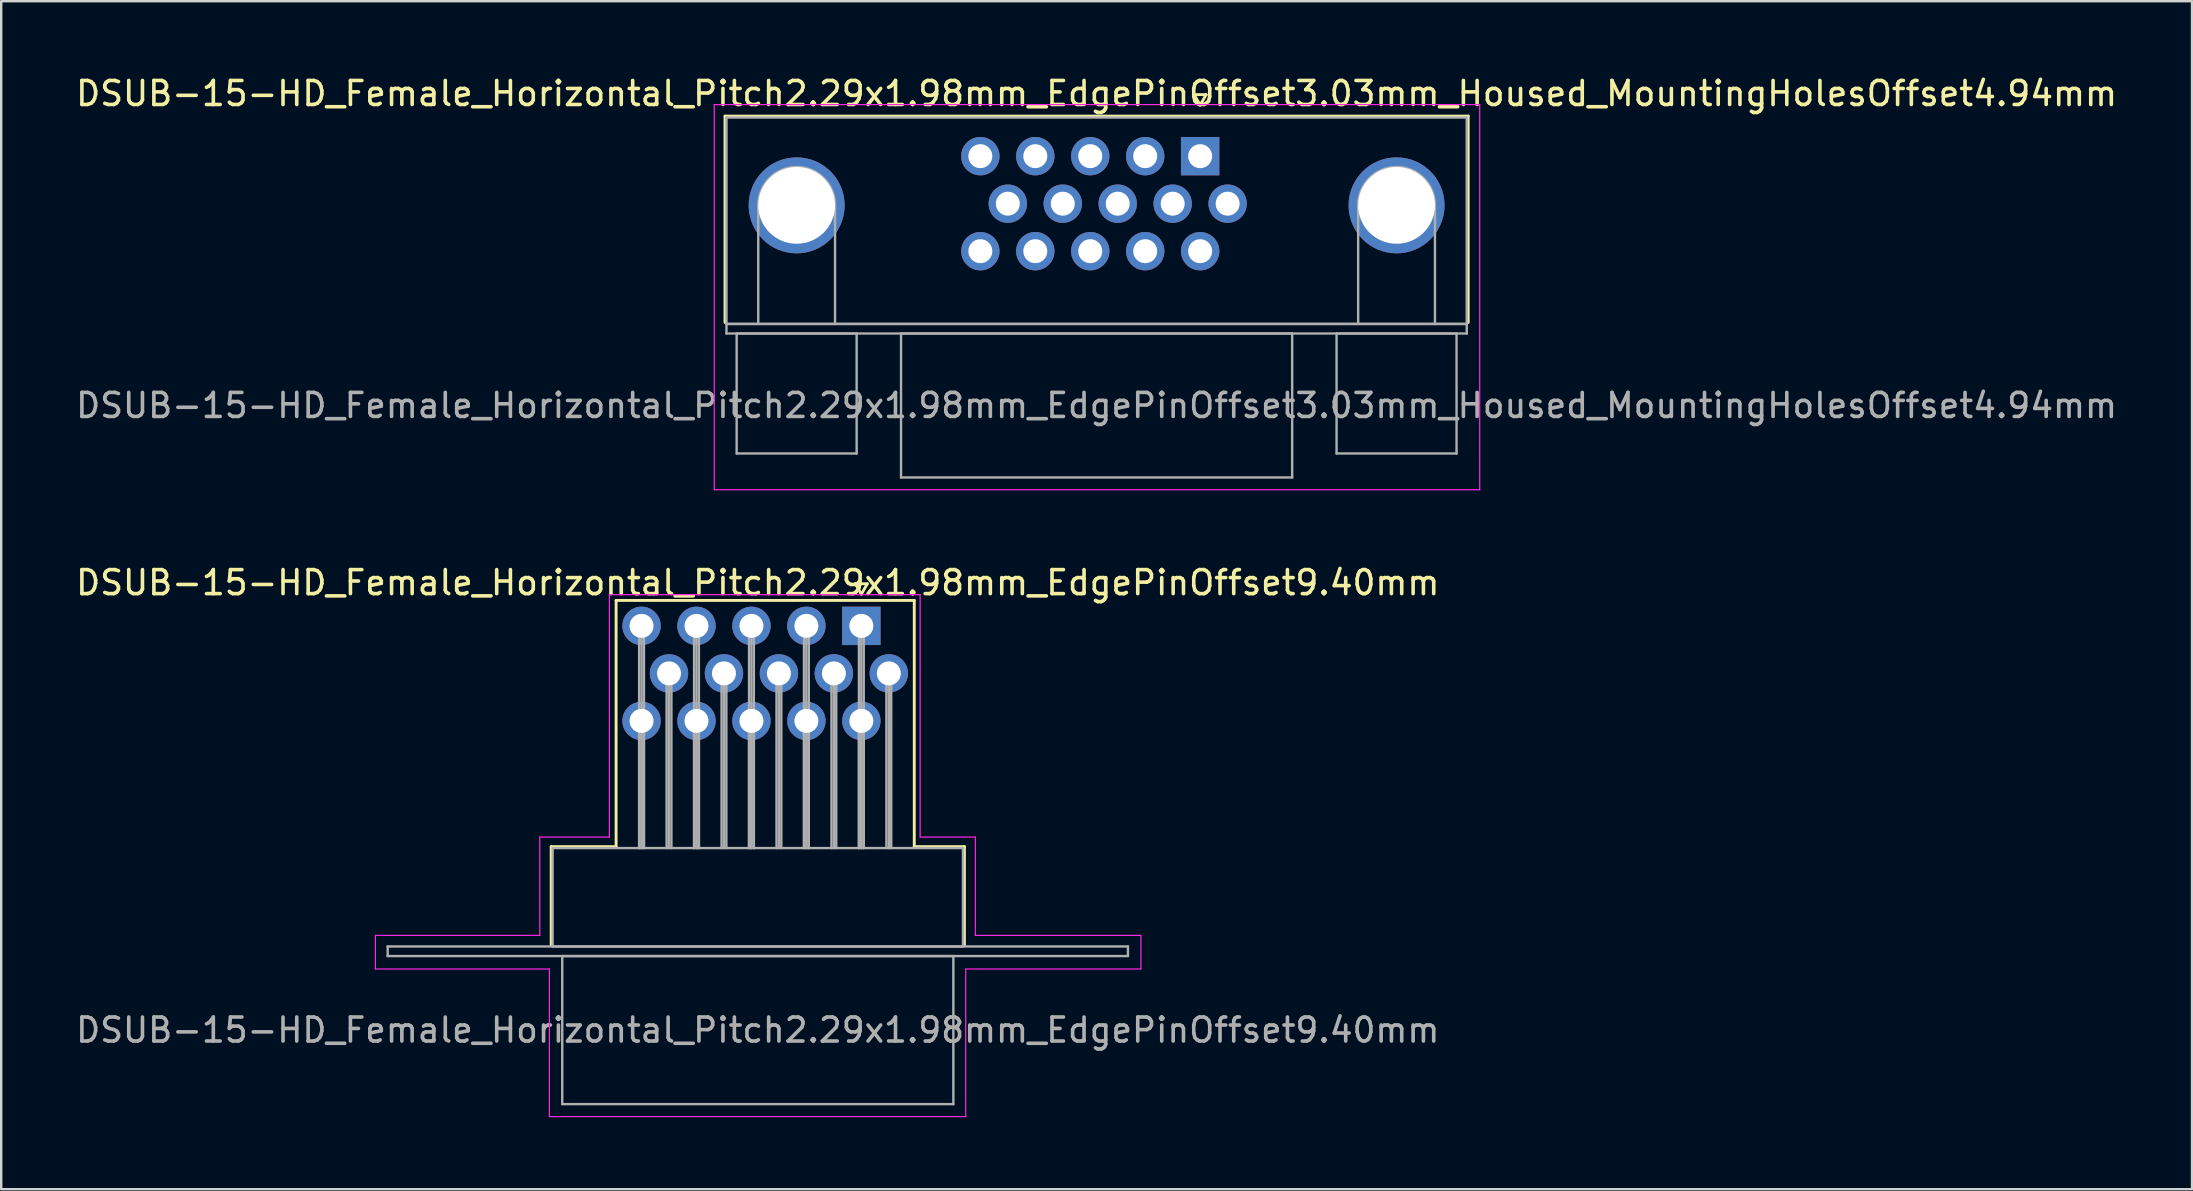
<source format=kicad_pcb>
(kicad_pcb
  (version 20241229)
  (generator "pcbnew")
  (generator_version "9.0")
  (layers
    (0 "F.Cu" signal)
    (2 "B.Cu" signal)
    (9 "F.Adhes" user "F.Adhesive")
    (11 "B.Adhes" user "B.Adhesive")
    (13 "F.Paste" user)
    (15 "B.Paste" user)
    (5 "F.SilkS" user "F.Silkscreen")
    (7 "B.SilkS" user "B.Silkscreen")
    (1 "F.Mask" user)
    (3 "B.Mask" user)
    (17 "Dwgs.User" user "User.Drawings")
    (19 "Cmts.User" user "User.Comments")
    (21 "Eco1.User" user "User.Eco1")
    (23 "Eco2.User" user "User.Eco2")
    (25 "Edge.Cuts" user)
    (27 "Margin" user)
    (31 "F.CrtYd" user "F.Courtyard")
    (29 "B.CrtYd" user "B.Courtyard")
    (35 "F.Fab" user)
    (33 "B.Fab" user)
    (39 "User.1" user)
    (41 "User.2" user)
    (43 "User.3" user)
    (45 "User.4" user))
  (footprint "DSUB-15-HD_Female_Horizontal_Pitch2.29x1.98mm_EdgePinOffset9.40mm"
    (layer "F.Cu")
    (at 32.845 23.032)
    (property "Reference" "DSUB-15-HD_Female_Horizontal_Pitch2.29x1.98mm_EdgePinOffset9.40mm" (at -4.315 -1.8 0) (layer "F.SilkS") (effects (font (size 1 1) (thickness 0.15))))
    (attr through_hole)
    (fp_line (start -12.925 9.2) (end -10.22 9.2) (stroke (width 0.12) (type solid)) (layer "F.SilkS"))
    (fp_line (start -12.925 13.3) (end -12.925 9.2) (stroke (width 0.12) (type solid)) (layer "F.SilkS"))
    (fp_line (start -10.22 -1.06) (end 2.205 -1.06) (stroke (width 0.12) (type solid)) (layer "F.SilkS"))
    (fp_line (start -10.22 9.2) (end -10.22 -1.06) (stroke (width 0.12) (type solid)) (layer "F.SilkS"))
    (fp_line (start -0.25 -1.754) (end 0.25 -1.754) (stroke (width 0.12) (type solid)) (layer "F.SilkS"))
    (fp_line (start 0 -1.321) (end -0.25 -1.754) (stroke (width 0.12) (type solid)) (layer "F.SilkS"))
    (fp_line (start 0.25 -1.754) (end 0 -1.321) (stroke (width 0.12) (type solid)) (layer "F.SilkS"))
    (fp_line (start 2.205 -1.06) (end 2.205 9.2) (stroke (width 0.12) (type solid)) (layer "F.SilkS"))
    (fp_line (start 2.205 9.2) (end 4.295 9.2) (stroke (width 0.12) (type solid)) (layer "F.SilkS"))
    (fp_line (start 4.295 9.2) (end 4.295 13.3) (stroke (width 0.12) (type solid)) (layer "F.SilkS"))
    (fp_line (start -20.25 12.9) (end -13.4 12.9) (stroke (width 0.05) (type solid)) (layer "F.CrtYd"))
    (fp_line (start -20.25 14.3) (end -20.25 12.9) (stroke (width 0.05) (type solid)) (layer "F.CrtYd"))
    (fp_line (start -13.4 8.8) (end -10.5 8.8) (stroke (width 0.05) (type solid)) (layer "F.CrtYd"))
    (fp_line (start -13.4 12.9) (end -13.4 8.8) (stroke (width 0.05) (type solid)) (layer "F.CrtYd"))
    (fp_line (start -13 14.3) (end -20.25 14.3) (stroke (width 0.05) (type solid)) (layer "F.CrtYd"))
    (fp_line (start -13 20.45) (end -13 14.3) (stroke (width 0.05) (type solid)) (layer "F.CrtYd"))
    (fp_line (start -10.5 -1.3) (end 2.45 -1.3) (stroke (width 0.05) (type solid)) (layer "F.CrtYd"))
    (fp_line (start -10.5 8.8) (end -10.5 -1.3) (stroke (width 0.05) (type solid)) (layer "F.CrtYd"))
    (fp_line (start 2.45 -1.3) (end 2.45 8.8) (stroke (width 0.05) (type solid)) (layer "F.CrtYd"))
    (fp_line (start 2.45 8.8) (end 4.75 8.8) (stroke (width 0.05) (type solid)) (layer "F.CrtYd"))
    (fp_line (start 4.35 14.3) (end 4.35 20.45) (stroke (width 0.05) (type solid)) (layer "F.CrtYd"))
    (fp_line (start 4.35 20.45) (end -13 20.45) (stroke (width 0.05) (type solid)) (layer "F.CrtYd"))
    (fp_line (start 4.75 8.8) (end 4.75 12.9) (stroke (width 0.05) (type solid)) (layer "F.CrtYd"))
    (fp_line (start 4.75 12.9) (end 11.65 12.9) (stroke (width 0.05) (type solid)) (layer "F.CrtYd"))
    (fp_line (start 11.65 12.9) (end 11.65 14.3) (stroke (width 0.05) (type solid)) (layer "F.CrtYd"))
    (fp_line (start 11.65 14.3) (end 4.35 14.3) (stroke (width 0.05) (type solid)) (layer "F.CrtYd"))
    (fp_line (start -19.74 13.36) (end -19.74 13.76) (stroke (width 0.1) (type solid)) (layer "F.Fab"))
    (fp_line (start -19.74 13.76) (end 11.11 13.76) (stroke (width 0.1) (type solid)) (layer "F.Fab"))
    (fp_line (start -12.865 9.26) (end -12.865 13.36) (stroke (width 0.1) (type solid)) (layer "F.Fab"))
    (fp_line (start -12.865 13.36) (end 4.235 13.36) (stroke (width 0.1) (type solid)) (layer "F.Fab"))
    (fp_line (start -12.465 13.76) (end -12.465 19.93) (stroke (width 0.1) (type solid)) (layer "F.Fab"))
    (fp_line (start -12.465 19.93) (end 3.835 19.93) (stroke (width 0.1) (type solid)) (layer "F.Fab"))
    (fp_line (start -9.26 0) (end -9.26 9.26) (stroke (width 0.1) (type solid)) (layer "F.Fab"))
    (fp_line (start -9.26 3.96) (end -9.26 9.26) (stroke (width 0.1) (type solid)) (layer "F.Fab"))
    (fp_line (start -9.16 0) (end -9.16 9.26) (stroke (width 0.1) (type solid)) (layer "F.Fab"))
    (fp_line (start -9.16 3.96) (end -9.16 9.26) (stroke (width 0.1) (type solid)) (layer "F.Fab"))
    (fp_line (start -9.06 0) (end -9.06 9.26) (stroke (width 0.1) (type solid)) (layer "F.Fab"))
    (fp_line (start -9.06 3.96) (end -9.06 9.26) (stroke (width 0.1) (type solid)) (layer "F.Fab"))
    (fp_line (start -8.115 1.98) (end -8.115 9.26) (stroke (width 0.1) (type solid)) (layer "F.Fab"))
    (fp_line (start -8.015 1.98) (end -8.015 9.26) (stroke (width 0.1) (type solid)) (layer "F.Fab"))
    (fp_line (start -7.915 1.98) (end -7.915 9.26) (stroke (width 0.1) (type solid)) (layer "F.Fab"))
    (fp_line (start -6.97 0) (end -6.97 9.26) (stroke (width 0.1) (type solid)) (layer "F.Fab"))
    (fp_line (start -6.97 3.96) (end -6.97 9.26) (stroke (width 0.1) (type solid)) (layer "F.Fab"))
    (fp_line (start -6.87 0) (end -6.87 9.26) (stroke (width 0.1) (type solid)) (layer "F.Fab"))
    (fp_line (start -6.87 3.96) (end -6.87 9.26) (stroke (width 0.1) (type solid)) (layer "F.Fab"))
    (fp_line (start -6.77 0) (end -6.77 9.26) (stroke (width 0.1) (type solid)) (layer "F.Fab"))
    (fp_line (start -6.77 3.96) (end -6.77 9.26) (stroke (width 0.1) (type solid)) (layer "F.Fab"))
    (fp_line (start -5.825 1.98) (end -5.825 9.26) (stroke (width 0.1) (type solid)) (layer "F.Fab"))
    (fp_line (start -5.725 1.98) (end -5.725 9.26) (stroke (width 0.1) (type solid)) (layer "F.Fab"))
    (fp_line (start -5.625 1.98) (end -5.625 9.26) (stroke (width 0.1) (type solid)) (layer "F.Fab"))
    (fp_line (start -4.68 0) (end -4.68 9.26) (stroke (width 0.1) (type solid)) (layer "F.Fab"))
    (fp_line (start -4.68 3.96) (end -4.68 9.26) (stroke (width 0.1) (type solid)) (layer "F.Fab"))
    (fp_line (start -4.58 0) (end -4.58 9.26) (stroke (width 0.1) (type solid)) (layer "F.Fab"))
    (fp_line (start -4.58 3.96) (end -4.58 9.26) (stroke (width 0.1) (type solid)) (layer "F.Fab"))
    (fp_line (start -4.48 0) (end -4.48 9.26) (stroke (width 0.1) (type solid)) (layer "F.Fab"))
    (fp_line (start -4.48 3.96) (end -4.48 9.26) (stroke (width 0.1) (type solid)) (layer "F.Fab"))
    (fp_line (start -3.535 1.98) (end -3.535 9.26) (stroke (width 0.1) (type solid)) (layer "F.Fab"))
    (fp_line (start -3.435 1.98) (end -3.435 9.26) (stroke (width 0.1) (type solid)) (layer "F.Fab"))
    (fp_line (start -3.335 1.98) (end -3.335 9.26) (stroke (width 0.1) (type solid)) (layer "F.Fab"))
    (fp_line (start -2.39 0) (end -2.39 9.26) (stroke (width 0.1) (type solid)) (layer "F.Fab"))
    (fp_line (start -2.39 3.96) (end -2.39 9.26) (stroke (width 0.1) (type solid)) (layer "F.Fab"))
    (fp_line (start -2.29 0) (end -2.29 9.26) (stroke (width 0.1) (type solid)) (layer "F.Fab"))
    (fp_line (start -2.29 3.96) (end -2.29 9.26) (stroke (width 0.1) (type solid)) (layer "F.Fab"))
    (fp_line (start -2.19 0) (end -2.19 9.26) (stroke (width 0.1) (type solid)) (layer "F.Fab"))
    (fp_line (start -2.19 3.96) (end -2.19 9.26) (stroke (width 0.1) (type solid)) (layer "F.Fab"))
    (fp_line (start -1.245 1.98) (end -1.245 9.26) (stroke (width 0.1) (type solid)) (layer "F.Fab"))
    (fp_line (start -1.145 1.98) (end -1.145 9.26) (stroke (width 0.1) (type solid)) (layer "F.Fab"))
    (fp_line (start -1.045 1.98) (end -1.045 9.26) (stroke (width 0.1) (type solid)) (layer "F.Fab"))
    (fp_line (start -0.1 0) (end -0.1 9.26) (stroke (width 0.1) (type solid)) (layer "F.Fab"))
    (fp_line (start -0.1 3.96) (end -0.1 9.26) (stroke (width 0.1) (type solid)) (layer "F.Fab"))
    (fp_line (start 0 0) (end 0 9.26) (stroke (width 0.1) (type solid)) (layer "F.Fab"))
    (fp_line (start 0 3.96) (end 0 9.26) (stroke (width 0.1) (type solid)) (layer "F.Fab"))
    (fp_line (start 0.1 0) (end 0.1 9.26) (stroke (width 0.1) (type solid)) (layer "F.Fab"))
    (fp_line (start 0.1 3.96) (end 0.1 9.26) (stroke (width 0.1) (type solid)) (layer "F.Fab"))
    (fp_line (start 1.045 1.98) (end 1.045 9.26) (stroke (width 0.1) (type solid)) (layer "F.Fab"))
    (fp_line (start 1.145 1.98) (end 1.145 9.26) (stroke (width 0.1) (type solid)) (layer "F.Fab"))
    (fp_line (start 1.245 1.98) (end 1.245 9.26) (stroke (width 0.1) (type solid)) (layer "F.Fab"))
    (fp_line (start 3.835 13.76) (end -12.465 13.76) (stroke (width 0.1) (type solid)) (layer "F.Fab"))
    (fp_line (start 3.835 19.93) (end 3.835 13.76) (stroke (width 0.1) (type solid)) (layer "F.Fab"))
    (fp_line (start 4.235 9.26) (end -12.865 9.26) (stroke (width 0.1) (type solid)) (layer "F.Fab"))
    (fp_line (start 4.235 13.36) (end 4.235 9.26) (stroke (width 0.1) (type solid)) (layer "F.Fab"))
    (fp_line (start 11.11 13.36) (end -19.74 13.36) (stroke (width 0.1) (type solid)) (layer "F.Fab"))
    (fp_line (start 11.11 13.76) (end 11.11 13.36) (stroke (width 0.1) (type solid)) (layer "F.Fab"))
    (fp_text user "${REFERENCE}" (at -4.315 16.845 0) (layer "F.Fab") (effects (font (size 1 1) (thickness 0.15))))
    (pad "1" thru_hole rect (at 0 0) (size 1.6 1.6) (drill 1) (layers "*.Cu" "*.Mask"))
    (pad "2" thru_hole circle (at -2.29 0) (size 1.6 1.6) (drill 1) (layers "*.Cu" "*.Mask"))
    (pad "3" thru_hole circle (at -4.58 0) (size 1.6 1.6) (drill 1) (layers "*.Cu" "*.Mask"))
    (pad "4" thru_hole circle (at -6.87 0) (size 1.6 1.6) (drill 1) (layers "*.Cu" "*.Mask"))
    (pad "5" thru_hole circle (at -9.16 0) (size 1.6 1.6) (drill 1) (layers "*.Cu" "*.Mask"))
    (pad "6" thru_hole circle (at 1.145 1.98) (size 1.6 1.6) (drill 1) (layers "*.Cu" "*.Mask"))
    (pad "7" thru_hole circle (at -1.145 1.98) (size 1.6 1.6) (drill 1) (layers "*.Cu" "*.Mask"))
    (pad "8" thru_hole circle (at -3.435 1.98) (size 1.6 1.6) (drill 1) (layers "*.Cu" "*.Mask"))
    (pad "9" thru_hole circle (at -5.725 1.98) (size 1.6 1.6) (drill 1) (layers "*.Cu" "*.Mask"))
    (pad "10" thru_hole circle (at -8.015 1.98) (size 1.6 1.6) (drill 1) (layers "*.Cu" "*.Mask"))
    (pad "11" thru_hole circle (at 0 3.96) (size 1.6 1.6) (drill 1) (layers "*.Cu" "*.Mask"))
    (pad "12" thru_hole circle (at -2.29 3.96) (size 1.6 1.6) (drill 1) (layers "*.Cu" "*.Mask"))
    (pad "13" thru_hole circle (at -4.58 3.96) (size 1.6 1.6) (drill 1) (layers "*.Cu" "*.Mask"))
    (pad "14" thru_hole circle (at -6.87 3.96) (size 1.6 1.6) (drill 1) (layers "*.Cu" "*.Mask"))
    (pad "15" thru_hole circle (at -9.16 3.96) (size 1.6 1.6) (drill 1) (layers "*.Cu" "*.Mask")))
  (footprint "DSUB-15-HD_Female_Horizontal_Pitch2.29x1.98mm_EdgePinOffset3.03mm_Housed_MountingHolesOffset4.94mm"
    (layer "F.Cu")
    (at 46.964 3.458)
    (property "Reference" "DSUB-15-HD_Female_Horizontal_Pitch2.29x1.98mm_EdgePinOffset3.03mm_Housed_MountingHolesOffset4.94mm" (at -4.315 -2.61 0) (layer "F.SilkS") (effects (font (size 1 1) (thickness 0.15))))
    (attr through_hole)
    (fp_line (start -19.8 -1.67) (end 11.17 -1.67) (stroke (width 0.12) (type solid)) (layer "F.SilkS"))
    (fp_line (start -19.8 6.93) (end -19.8 -1.67) (stroke (width 0.12) (type solid)) (layer "F.SilkS"))
    (fp_line (start -0.25 -2.564) (end 0.25 -2.564) (stroke (width 0.12) (type solid)) (layer "F.SilkS"))
    (fp_line (start 0 -2.131) (end -0.25 -2.564) (stroke (width 0.12) (type solid)) (layer "F.SilkS"))
    (fp_line (start 0.25 -2.564) (end 0 -2.131) (stroke (width 0.12) (type solid)) (layer "F.SilkS"))
    (fp_line (start 11.17 -1.67) (end 11.17 6.93) (stroke (width 0.12) (type solid)) (layer "F.SilkS"))
    (fp_line (start -20.25 -2.15) (end -20.25 13.9) (stroke (width 0.05) (type solid)) (layer "F.CrtYd"))
    (fp_line (start -20.25 13.9) (end 11.65 13.9) (stroke (width 0.05) (type solid)) (layer "F.CrtYd"))
    (fp_line (start 11.65 -2.15) (end -20.25 -2.15) (stroke (width 0.05) (type solid)) (layer "F.CrtYd"))
    (fp_line (start 11.65 13.9) (end 11.65 -2.15) (stroke (width 0.05) (type solid)) (layer "F.CrtYd"))
    (fp_line (start -19.74 -1.61) (end -19.74 6.99) (stroke (width 0.1) (type solid)) (layer "F.Fab"))
    (fp_line (start -19.74 6.99) (end -19.74 7.39) (stroke (width 0.1) (type solid)) (layer "F.Fab"))
    (fp_line (start -19.74 6.99) (end 11.11 6.99) (stroke (width 0.1) (type solid)) (layer "F.Fab"))
    (fp_line (start -19.74 7.39) (end 11.11 7.39) (stroke (width 0.1) (type solid)) (layer "F.Fab"))
    (fp_line (start -19.315 7.39) (end -19.315 12.39) (stroke (width 0.1) (type solid)) (layer "F.Fab"))
    (fp_line (start -19.315 12.39) (end -14.315 12.39) (stroke (width 0.1) (type solid)) (layer "F.Fab"))
    (fp_line (start -18.415 6.99) (end -18.415 2.05) (stroke (width 0.1) (type solid)) (layer "F.Fab"))
    (fp_line (start -15.215 6.99) (end -15.215 2.05) (stroke (width 0.1) (type solid)) (layer "F.Fab"))
    (fp_line (start -14.315 7.39) (end -19.315 7.39) (stroke (width 0.1) (type solid)) (layer "F.Fab"))
    (fp_line (start -14.315 12.39) (end -14.315 7.39) (stroke (width 0.1) (type solid)) (layer "F.Fab"))
    (fp_line (start -12.465 7.39) (end -12.465 13.39) (stroke (width 0.1) (type solid)) (layer "F.Fab"))
    (fp_line (start -12.465 13.39) (end 3.835 13.39) (stroke (width 0.1) (type solid)) (layer "F.Fab"))
    (fp_line (start 3.835 7.39) (end -12.465 7.39) (stroke (width 0.1) (type solid)) (layer "F.Fab"))
    (fp_line (start 3.835 13.39) (end 3.835 7.39) (stroke (width 0.1) (type solid)) (layer "F.Fab"))
    (fp_line (start 5.685 7.39) (end 5.685 12.39) (stroke (width 0.1) (type solid)) (layer "F.Fab"))
    (fp_line (start 5.685 12.39) (end 10.685 12.39) (stroke (width 0.1) (type solid)) (layer "F.Fab"))
    (fp_line (start 6.585 6.99) (end 6.585 2.05) (stroke (width 0.1) (type solid)) (layer "F.Fab"))
    (fp_line (start 9.785 6.99) (end 9.785 2.05) (stroke (width 0.1) (type solid)) (layer "F.Fab"))
    (fp_line (start 10.685 7.39) (end 5.685 7.39) (stroke (width 0.1) (type solid)) (layer "F.Fab"))
    (fp_line (start 10.685 12.39) (end 10.685 7.39) (stroke (width 0.1) (type solid)) (layer "F.Fab"))
    (fp_line (start 11.11 -1.61) (end -19.74 -1.61) (stroke (width 0.1) (type solid)) (layer "F.Fab"))
    (fp_line (start 11.11 6.99) (end -19.74 6.99) (stroke (width 0.1) (type solid)) (layer "F.Fab"))
    (fp_line (start 11.11 6.99) (end 11.11 -1.61) (stroke (width 0.1) (type solid)) (layer "F.Fab"))
    (fp_line (start 11.11 7.39) (end 11.11 6.99) (stroke (width 0.1) (type solid)) (layer "F.Fab"))
    (fp_arc (start -18.415 2.05) (mid -16.815 0.45) (end -15.215 2.05) (stroke (width 0.1) (type solid)) (layer "F.Fab"))
    (fp_arc (start 6.585 2.05) (mid 8.185 0.45) (end 9.785 2.05) (stroke (width 0.1) (type solid)) (layer "F.Fab"))
    (fp_text user "${REFERENCE}" (at -4.315 10.39 0) (layer "F.Fab") (effects (font (size 1 1) (thickness 0.15))))
    (pad "0" thru_hole circle (at -16.815 2.05) (size 4 4) (drill 3.2) (layers "*.Cu" "*.Mask"))
    (pad "0" thru_hole circle (at 8.185 2.05) (size 4 4) (drill 3.2) (layers "*.Cu" "*.Mask"))
    (pad "1" thru_hole rect (at 0 0) (size 1.6 1.6) (drill 1) (layers "*.Cu" "*.Mask"))
    (pad "2" thru_hole circle (at -2.29 0) (size 1.6 1.6) (drill 1) (layers "*.Cu" "*.Mask"))
    (pad "3" thru_hole circle (at -4.58 0) (size 1.6 1.6) (drill 1) (layers "*.Cu" "*.Mask"))
    (pad "4" thru_hole circle (at -6.87 0) (size 1.6 1.6) (drill 1) (layers "*.Cu" "*.Mask"))
    (pad "5" thru_hole circle (at -9.16 0) (size 1.6 1.6) (drill 1) (layers "*.Cu" "*.Mask"))
    (pad "6" thru_hole circle (at 1.145 1.98) (size 1.6 1.6) (drill 1) (layers "*.Cu" "*.Mask"))
    (pad "7" thru_hole circle (at -1.145 1.98) (size 1.6 1.6) (drill 1) (layers "*.Cu" "*.Mask"))
    (pad "8" thru_hole circle (at -3.435 1.98) (size 1.6 1.6) (drill 1) (layers "*.Cu" "*.Mask"))
    (pad "9" thru_hole circle (at -5.725 1.98) (size 1.6 1.6) (drill 1) (layers "*.Cu" "*.Mask"))
    (pad "10" thru_hole circle (at -8.015 1.98) (size 1.6 1.6) (drill 1) (layers "*.Cu" "*.Mask"))
    (pad "11" thru_hole circle (at 0 3.96) (size 1.6 1.6) (drill 1) (layers "*.Cu" "*.Mask"))
    (pad "12" thru_hole circle (at -2.29 3.96) (size 1.6 1.6) (drill 1) (layers "*.Cu" "*.Mask"))
    (pad "13" thru_hole circle (at -4.58 3.96) (size 1.6 1.6) (drill 1) (layers "*.Cu" "*.Mask"))
    (pad "14" thru_hole circle (at -6.87 3.96) (size 1.6 1.6) (drill 1) (layers "*.Cu" "*.Mask"))
    (pad "15" thru_hole circle (at -9.16 3.96) (size 1.6 1.6) (drill 1) (layers "*.Cu" "*.Mask")))
  (gr_rect
    (start -3 -3)
    (end 88.298 46.507)
    (stroke (width 0.1) (type default))
    (fill no)
    (layer "Edge.Cuts")))
</source>
